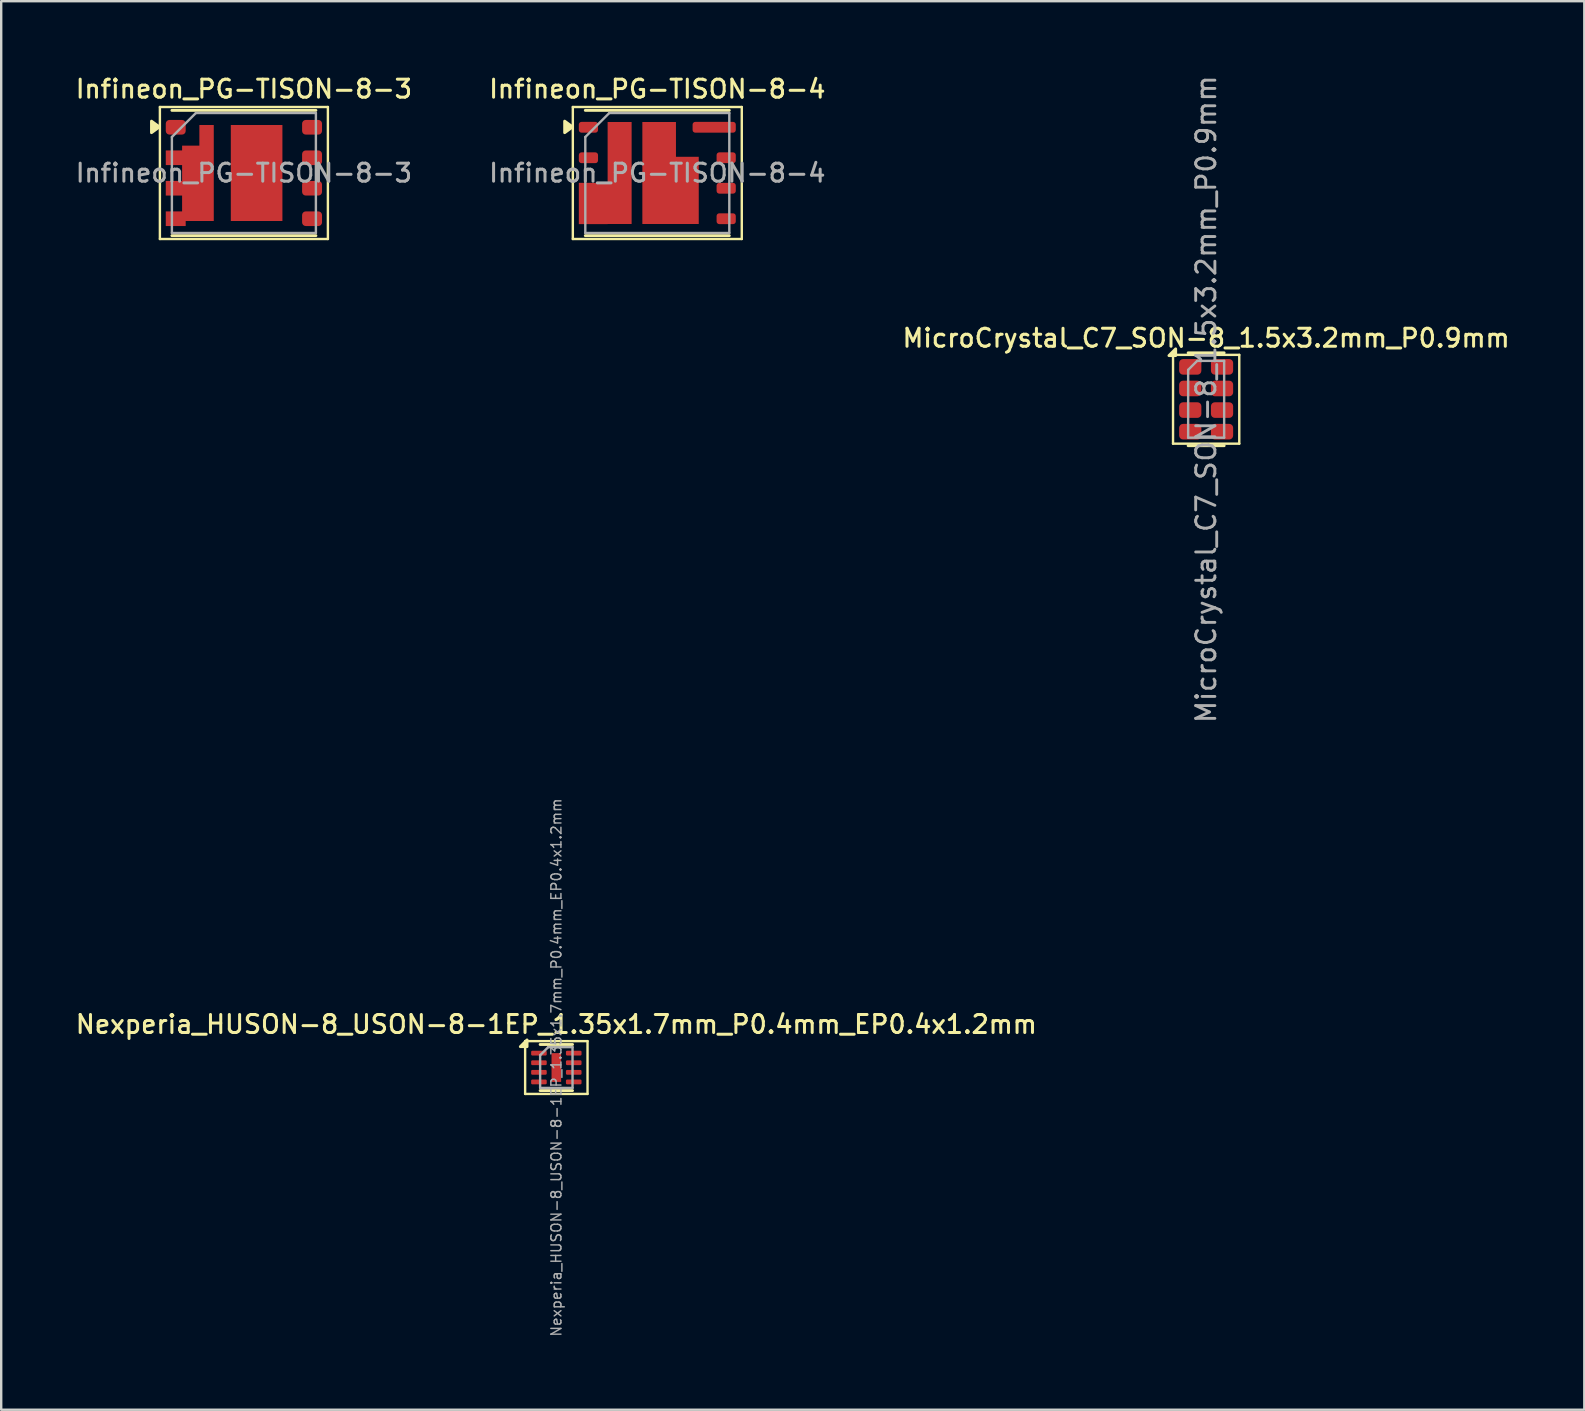
<source format=kicad_pcb>
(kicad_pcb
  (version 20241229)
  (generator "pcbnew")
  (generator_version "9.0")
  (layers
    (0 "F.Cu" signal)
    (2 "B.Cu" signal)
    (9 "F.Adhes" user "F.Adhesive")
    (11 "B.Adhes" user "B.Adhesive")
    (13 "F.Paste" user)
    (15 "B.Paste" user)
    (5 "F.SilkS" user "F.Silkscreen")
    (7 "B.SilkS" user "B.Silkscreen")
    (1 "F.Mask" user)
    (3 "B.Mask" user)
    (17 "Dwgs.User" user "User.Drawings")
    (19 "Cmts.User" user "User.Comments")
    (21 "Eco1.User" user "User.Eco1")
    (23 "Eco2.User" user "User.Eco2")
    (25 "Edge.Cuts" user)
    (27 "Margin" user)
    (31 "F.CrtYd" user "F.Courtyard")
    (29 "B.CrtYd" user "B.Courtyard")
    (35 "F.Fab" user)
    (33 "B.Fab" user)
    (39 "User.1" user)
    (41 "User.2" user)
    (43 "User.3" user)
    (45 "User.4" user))
  (footprint "MicroCrystal_C7_SON-8_1.5x3.2mm_P0.9mm"
    (layer "F.Cu")
    (at 47.205 13.586)
    (property "Reference" "MicroCrystal_C7_SON-8_1.5x3.2mm_P0.9mm" (at 0 -2.55 0) (layer "F.SilkS") (effects (font (size 0.75 0.75) (thickness 0.125))))
    (attr smd)
    (fp_line (start -1.38 -1.85) (end -1.38 1.85) (stroke (width 0.1) (type solid)) (layer "F.SilkS"))
    (fp_line (start -1.38 1.85) (end 1.38 1.85) (stroke (width 0.1) (type solid)) (layer "F.SilkS"))
    (fp_line (start -0.75 -1.935) (end 0.75 -1.935) (stroke (width 0.12) (type solid)) (layer "F.SilkS"))
    (fp_line (start -0.75 1.935) (end 0.75 1.935) (stroke (width 0.12) (type solid)) (layer "F.SilkS"))
    (fp_line (start 1.38 -1.85) (end -1.38 -1.85) (stroke (width 0.1) (type solid)) (layer "F.SilkS"))
    (fp_line (start 1.38 1.85) (end 1.38 -1.85) (stroke (width 0.1) (type solid)) (layer "F.SilkS"))
    (fp_poly (pts (xy -1.27 -1.82) (xy -1.55 -1.82) (xy -1.27 -2.1) (xy -1.27 -1.82)) (stroke (width 0.12) (type solid)) (fill yes) (layer "F.SilkS"))
    (fp_line (start -0.75 -1.225) (end -0.375 -1.6) (stroke (width 0.1) (type solid)) (layer "F.Fab"))
    (fp_line (start -0.75 1.6) (end -0.75 -1.225) (stroke (width 0.1) (type solid)) (layer "F.Fab"))
    (fp_line (start -0.375 -1.6) (end 0.75 -1.6) (stroke (width 0.1) (type solid)) (layer "F.Fab"))
    (fp_line (start 0.75 -1.6) (end 0.75 1.6) (stroke (width 0.1) (type solid)) (layer "F.Fab"))
    (fp_line (start 0.75 1.6) (end -0.75 1.6) (stroke (width 0.1) (type solid)) (layer "F.Fab"))
    (fp_text user "${REFERENCE}" (at 0 0 90) (layer "F.Fab") (effects (font (size 0.8 0.8) (thickness 0.12))))
    (pad "1" smd roundrect (at -0.662 -1.35) (size 0.925 0.65) (layers "F.Cu" "F.Mask" "F.Paste") (roundrect_rratio 0.25))
    (pad "2" smd roundrect (at -0.662 -0.45) (size 0.925 0.65) (layers "F.Cu" "F.Mask" "F.Paste") (roundrect_rratio 0.25))
    (pad "3" smd roundrect (at -0.662 0.45) (size 0.925 0.65) (layers "F.Cu" "F.Mask" "F.Paste") (roundrect_rratio 0.25))
    (pad "4" smd roundrect (at -0.662 1.35) (size 0.925 0.65) (layers "F.Cu" "F.Mask" "F.Paste") (roundrect_rratio 0.25))
    (pad "5" smd roundrect (at 0.662 1.35) (size 0.925 0.65) (layers "F.Cu" "F.Mask" "F.Paste") (roundrect_rratio 0.25))
    (pad "6" smd roundrect (at 0.662 0.45) (size 0.925 0.65) (layers "F.Cu" "F.Mask" "F.Paste") (roundrect_rratio 0.25))
    (pad "7" smd roundrect (at 0.662 -0.45) (size 0.925 0.65) (layers "F.Cu" "F.Mask" "F.Paste") (roundrect_rratio 0.25))
    (pad "8" smd roundrect (at 0.662 -1.35) (size 0.925 0.65) (layers "F.Cu" "F.Mask" "F.Paste") (roundrect_rratio 0.25)))
  (footprint "Infineon_PG-TISON-8-4"
    (layer "F.Cu")
    (at 24.337 4.158)
    (property "Reference" "Infineon_PG-TISON-8-4" (at 0 -3.5 0) (layer "F.SilkS") (effects (font (size 0.75 0.75) (thickness 0.125))))
    (attr smd)
    (fp_line (start -3.52 -2.75) (end 3.52 -2.75) (stroke (width 0.1) (type solid)) (layer "F.SilkS"))
    (fp_line (start -3.52 2.75) (end -3.52 -2.75) (stroke (width 0.1) (type solid)) (layer "F.SilkS"))
    (fp_line (start 3 -2.61) (end -3 -2.61) (stroke (width 0.12) (type solid)) (layer "F.SilkS"))
    (fp_line (start 3 2.61) (end -3 2.61) (stroke (width 0.12) (type solid)) (layer "F.SilkS"))
    (fp_line (start 3.52 -2.75) (end 3.52 2.75) (stroke (width 0.1) (type solid)) (layer "F.SilkS"))
    (fp_line (start 3.52 2.75) (end -3.52 2.75) (stroke (width 0.1) (type solid)) (layer "F.SilkS"))
    (fp_poly (pts (xy -3.53 -1.92) (xy -3.86 -1.68) (xy -3.86 -2.16) (xy -3.53 -1.92)) (stroke (width 0.12) (type solid)) (fill yes) (layer "F.SilkS"))
    (fp_line (start -3 -1.5) (end -3 2.5) (stroke (width 0.1) (type solid)) (layer "F.Fab"))
    (fp_line (start -2 -2.5) (end -3 -1.5) (stroke (width 0.1) (type solid)) (layer "F.Fab"))
    (fp_line (start -2 -2.5) (end 3 -2.5) (stroke (width 0.1) (type solid)) (layer "F.Fab"))
    (fp_line (start 3 -2.5) (end 3 2.5) (stroke (width 0.1) (type solid)) (layer "F.Fab"))
    (fp_line (start 3 2.5) (end -3 2.5) (stroke (width 0.1) (type solid)) (layer "F.Fab"))
    (fp_text user "${REFERENCE}" (at 0 0 0) (layer "F.Fab") (effects (font (size 0.75 0.75) (thickness 0.125))))
    (pad "" smd rect (at -2.87 0.635) (size 0.7 0.35) (layers "F.Paste"))
    (pad "" smd rect (at -2.87 0.635) (size 0.8 0.45) (layers "F.Mask"))
    (pad "" smd rect (at -2.87 1.905) (size 0.7 0.35) (layers "F.Paste"))
    (pad "" smd rect (at -2.87 1.905) (size 0.8 0.45) (layers "F.Mask"))
    (pad "" smd rect (at -1.57 -1.5) (size 0.8 0.75) (layers "F.Paste"))
    (pad "" smd rect (at -1.57 -0.5) (size 0.8 0.75) (layers "F.Paste"))
    (pad "" smd rect (at -1.57 0) (size 1 4.25) (layers "F.Mask"))
    (pad "" smd rect (at -1.57 0.5) (size 0.8 0.75) (layers "F.Paste"))
    (pad "" smd rect (at -1.57 1.5) (size 0.8 0.75) (layers "F.Paste"))
    (pad "" smd rect (at 0 -1.5) (size 0.85 0.75) (layers "F.Paste"))
    (pad "" smd rect (at 0 -0.5) (size 0.85 0.75) (layers "F.Paste"))
    (pad "" smd rect (at 0 0.5) (size 0.85 0.75) (layers "F.Paste"))
    (pad "" smd rect (at 0 1.5) (size 0.85 0.75) (layers "F.Paste"))
    (pad "" smd rect (at 1.1 -0.315) (size 0.85 0.38) (layers "F.Paste"))
    (pad "" smd rect (at 1.1 0.5) (size 0.85 0.75) (layers "F.Paste"))
    (pad "" smd rect (at 1.1 1.5) (size 0.85 0.75) (layers "F.Paste"))
    (pad "" smd roundrect (at 1.92 -1.905) (size 0.8 0.35) (layers "F.Paste") (roundrect_rratio 0.25))
    (pad "" smd roundrect (at 2.87 -1.905) (size 0.7 0.35) (layers "F.Paste") (roundrect_rratio 0.25))
    (pad "1" smd roundrect (at -2.87 -1.905) (size 0.8 0.45) (layers "F.Cu" "F.Mask" "F.Paste") (roundrect_rratio 0.25))
    (pad "2" smd roundrect (at -2.87 -0.635) (size 0.8 0.45) (layers "F.Cu" "F.Mask" "F.Paste") (roundrect_rratio 0.25))
    (pad "3" smd custom (at -1.57 0) (size 1 4.25) (layers "F.Cu") (options (anchor rect)) (primitives (gr_poly (pts (xy -0.5 2.13) (xy -1.7 2.13) (xy -1.7 0.41) (xy -0.5 0.41)) (width 0) (fill yes))))
    (pad "4" smd roundrect (at 2.87 1.905) (size 0.8 0.45) (layers "F.Cu" "F.Mask" "F.Paste") (roundrect_rratio 0.25))
    (pad "5" smd roundrect (at 2.87 0.635) (size 0.8 0.45) (layers "F.Cu" "F.Mask" "F.Paste") (roundrect_rratio 0.25))
    (pad "6" smd roundrect (at 2.87 -0.635) (size 0.8 0.45) (layers "F.Cu" "F.Mask" "F.Paste") (roundrect_rratio 0.25))
    (pad "7" smd roundrect (at 2.37 -1.905) (size 1.8 0.45) (layers "F.Cu" "F.Mask") (roundrect_rratio 0.25))
    (pad "8" smd custom (at 0.077 0) (size 1.4 4.25) (layers "F.Cu" "F.Mask") (options (anchor rect)) (primitives (gr_poly (pts (xy 1.65 2.125) (xy 0.7 2.125) (xy 0.7 -0.675) (xy 1.65 -0.675)) (width 0) (fill yes)))))
  (footprint "Infineon_PG-TISON-8-3"
    (layer "F.Cu")
    (at 7.112 4.158)
    (property "Reference" "Infineon_PG-TISON-8-3" (at 0 -3.5 0) (layer "F.SilkS") (effects (font (size 0.75 0.75) (thickness 0.125))))
    (attr smd)
    (fp_line (start -3.5 -2.75) (end 3.5 -2.75) (stroke (width 0.1) (type solid)) (layer "F.SilkS"))
    (fp_line (start -3.5 2.75) (end -3.5 -2.75) (stroke (width 0.1) (type solid)) (layer "F.SilkS"))
    (fp_line (start 3 -2.61) (end -3 -2.61) (stroke (width 0.12) (type solid)) (layer "F.SilkS"))
    (fp_line (start 3 2.61) (end -3 2.61) (stroke (width 0.12) (type solid)) (layer "F.SilkS"))
    (fp_line (start 3.5 -2.75) (end 3.5 2.75) (stroke (width 0.1) (type solid)) (layer "F.SilkS"))
    (fp_line (start 3.5 2.75) (end -3.5 2.75) (stroke (width 0.1) (type solid)) (layer "F.SilkS"))
    (fp_poly (pts (xy -3.52 -1.92) (xy -3.85 -1.68) (xy -3.85 -2.16) (xy -3.52 -1.92)) (stroke (width 0.12) (type solid)) (fill yes) (layer "F.SilkS"))
    (fp_line (start -3 -1.5) (end -3 2.5) (stroke (width 0.1) (type solid)) (layer "F.Fab"))
    (fp_line (start -2 -2.5) (end -3 -1.5) (stroke (width 0.1) (type solid)) (layer "F.Fab"))
    (fp_line (start -2 -2.5) (end 3 -2.5) (stroke (width 0.1) (type solid)) (layer "F.Fab"))
    (fp_line (start 3 -2.5) (end 3 2.5) (stroke (width 0.1) (type solid)) (layer "F.Fab"))
    (fp_line (start 3 2.5) (end -3 2.5) (stroke (width 0.1) (type solid)) (layer "F.Fab"))
    (fp_text user "${REFERENCE}" (at 0 0 0) (layer "F.Fab") (effects (font (size 0.75 0.75) (thickness 0.125))))
    (pad "" smd rect (at -2.84 -0.635) (size 0.73 0.51) (layers "F.Paste"))
    (pad "" smd rect (at -2.84 0.635) (size 0.73 0.51) (layers "F.Paste"))
    (pad "" smd rect (at -2.84 1.905) (size 0.73 0.51) (layers "F.Paste"))
    (pad "" smd rect (at -1.82 -0.64) (size 0.9 0.5) (layers "F.Paste"))
    (pad "" smd rect (at -1.82 0.06) (size 0.9 0.5) (layers "F.Paste"))
    (pad "" smd rect (at -1.82 0.76) (size 0.9 0.5) (layers "F.Paste"))
    (pad "" smd rect (at -1.82 1.46) (size 0.9 0.5) (layers "F.Paste"))
    (pad "" smd rect (at -1.545 -1.6) (size 0.35 0.6) (layers "F.Paste"))
    (pad "" smd rect (at 0 -1.425) (size 0.75 0.75) (layers "F.Paste"))
    (pad "" smd rect (at 0 -0.475) (size 0.75 0.75) (layers "F.Paste"))
    (pad "" smd rect (at 0 0.475) (size 0.75 0.75) (layers "F.Paste"))
    (pad "" smd rect (at 0 1.425) (size 0.75 0.75) (layers "F.Paste"))
    (pad "" smd rect (at 1.025 -1.425) (size 0.75 0.75) (layers "F.Paste"))
    (pad "" smd rect (at 1.025 -0.475) (size 0.75 0.75) (layers "F.Paste"))
    (pad "" smd rect (at 1.025 0.475) (size 0.75 0.75) (layers "F.Paste"))
    (pad "" smd rect (at 1.025 1.425) (size 0.75 0.75) (layers "F.Paste"))
    (pad "1" smd roundrect (at -2.84 -1.905) (size 0.83 0.61) (layers "F.Cu" "F.Mask" "F.Paste") (roundrect_rratio 0.25))
    (pad "2" smd custom (at -1.555 0) (size 0.6 4) (layers "F.Cu" "F.Mask") (options (anchor rect)) (primitives (gr_poly (pts (xy -0.3 2) (xy -0.87 2) (xy -0.87 2.21) (xy -1.7 2.21) (xy -1.7 1.6) (xy -1.02 1.6) (xy -1.02 0.94) (xy -1.7 0.94) (xy -1.7 0.33) (xy -1.02 0.33) (xy -1.02 -0.33) (xy -1.7 -0.33) (xy -1.7 -0.94) (xy -1.02 -0.94) (xy -1.02 -1.14) (xy -0.3 -1.14)) (width 0) (fill yes))))
    (pad "3" smd roundrect (at 2.84 1.905) (size 0.83 0.61) (layers "F.Cu" "F.Mask" "F.Paste") (roundrect_rratio 0.25))
    (pad "4" smd roundrect (at 2.84 0.635) (size 0.83 0.61) (layers "F.Cu" "F.Mask" "F.Paste") (roundrect_rratio 0.25))
    (pad "5" smd roundrect (at 2.84 -0.635) (size 0.83 0.61) (layers "F.Cu" "F.Mask" "F.Paste") (roundrect_rratio 0.25))
    (pad "6" smd roundrect (at 2.84 -1.905) (size 0.83 0.61) (layers "F.Cu" "F.Mask" "F.Paste") (roundrect_rratio 0.25))
    (pad "7" smd rect (at 0.53 0) (size 2.15 4) (layers "F.Cu" "F.Mask")))
  (footprint "Nexperia_HUSON-8_USON-8-1EP_1.35x1.7mm_P0.4mm_EP0.4x1.2mm"
    (layer "F.Cu")
    (at 20.13 41.429)
    (property "Reference" "Nexperia_HUSON-8_USON-8-1EP_1.35x1.7mm_P0.4mm_EP0.4x1.2mm" (at 0 -1.8 0) (layer "F.SilkS") (effects (font (size 0.75 0.75) (thickness 0.125))))
    (attr smd)
    (fp_line (start -1.3 -1.1) (end -1.3 1.1) (stroke (width 0.1) (type solid)) (layer "F.SilkS"))
    (fp_line (start -1.3 1.1) (end 1.3 1.1) (stroke (width 0.1) (type solid)) (layer "F.SilkS"))
    (fp_line (start -0.675 -0.96) (end 0.675 -0.96) (stroke (width 0.12) (type solid)) (layer "F.SilkS"))
    (fp_line (start -0.675 0.96) (end 0.675 0.96) (stroke (width 0.12) (type solid)) (layer "F.SilkS"))
    (fp_line (start 1.3 -1.1) (end -1.3 -1.1) (stroke (width 0.1) (type solid)) (layer "F.SilkS"))
    (fp_line (start 1.3 1.1) (end 1.3 -1.1) (stroke (width 0.1) (type solid)) (layer "F.SilkS"))
    (fp_poly (pts (xy -1.22 -0.87) (xy -1.5 -0.87) (xy -1.22 -1.15) (xy -1.22 -0.87)) (stroke (width 0.12) (type solid)) (fill yes) (layer "F.SilkS"))
    (fp_line (start -0.675 -0.512) (end -0.338 -0.85) (stroke (width 0.1) (type solid)) (layer "F.Fab"))
    (fp_line (start -0.675 0.85) (end -0.675 -0.512) (stroke (width 0.1) (type solid)) (layer "F.Fab"))
    (fp_line (start -0.338 -0.85) (end 0.675 -0.85) (stroke (width 0.1) (type solid)) (layer "F.Fab"))
    (fp_line (start 0.675 -0.85) (end 0.675 0.85) (stroke (width 0.1) (type solid)) (layer "F.Fab"))
    (fp_line (start 0.675 0.85) (end -0.675 0.85) (stroke (width 0.1) (type solid)) (layer "F.Fab"))
    (fp_text user "${REFERENCE}" (at 0 0 90) (layer "F.Fab") (effects (font (size 0.42 0.42) (thickness 0.06))))
    (pad "" smd roundrect (at 0 0) (size 0.32 0.97) (layers "F.Paste") (roundrect_rratio 0.25))
    (pad "1" smd roundrect (at -0.725 -0.6) (size 0.65 0.2) (layers "F.Cu" "F.Mask" "F.Paste") (roundrect_rratio 0.25))
    (pad "2" smd roundrect (at -0.725 -0.2) (size 0.65 0.2) (layers "F.Cu" "F.Mask" "F.Paste") (roundrect_rratio 0.25))
    (pad "3" smd roundrect (at -0.725 0.2) (size 0.65 0.2) (layers "F.Cu" "F.Mask" "F.Paste") (roundrect_rratio 0.25))
    (pad "4" smd roundrect (at -0.725 0.6) (size 0.65 0.2) (layers "F.Cu" "F.Mask" "F.Paste") (roundrect_rratio 0.25))
    (pad "5" smd roundrect (at 0.725 0.6) (size 0.65 0.2) (layers "F.Cu" "F.Mask" "F.Paste") (roundrect_rratio 0.25))
    (pad "6" smd roundrect (at 0.725 0.2) (size 0.65 0.2) (layers "F.Cu" "F.Mask" "F.Paste") (roundrect_rratio 0.25))
    (pad "7" smd roundrect (at 0.725 -0.2) (size 0.65 0.2) (layers "F.Cu" "F.Mask" "F.Paste") (roundrect_rratio 0.25))
    (pad "8" smd roundrect (at 0.725 -0.6) (size 0.65 0.2) (layers "F.Cu" "F.Mask" "F.Paste") (roundrect_rratio 0.25))
    (pad "9" smd rect (at 0 0) (size 0.4 1.2) (property pad_prop_heatsink) (layers "F.Cu" "F.Mask")))
  (gr_rect
    (start -3 -3)
    (end 62.961 55.687)
    (stroke (width 0.1) (type default))
    (fill no)
    (layer "Edge.Cuts")))
</source>
